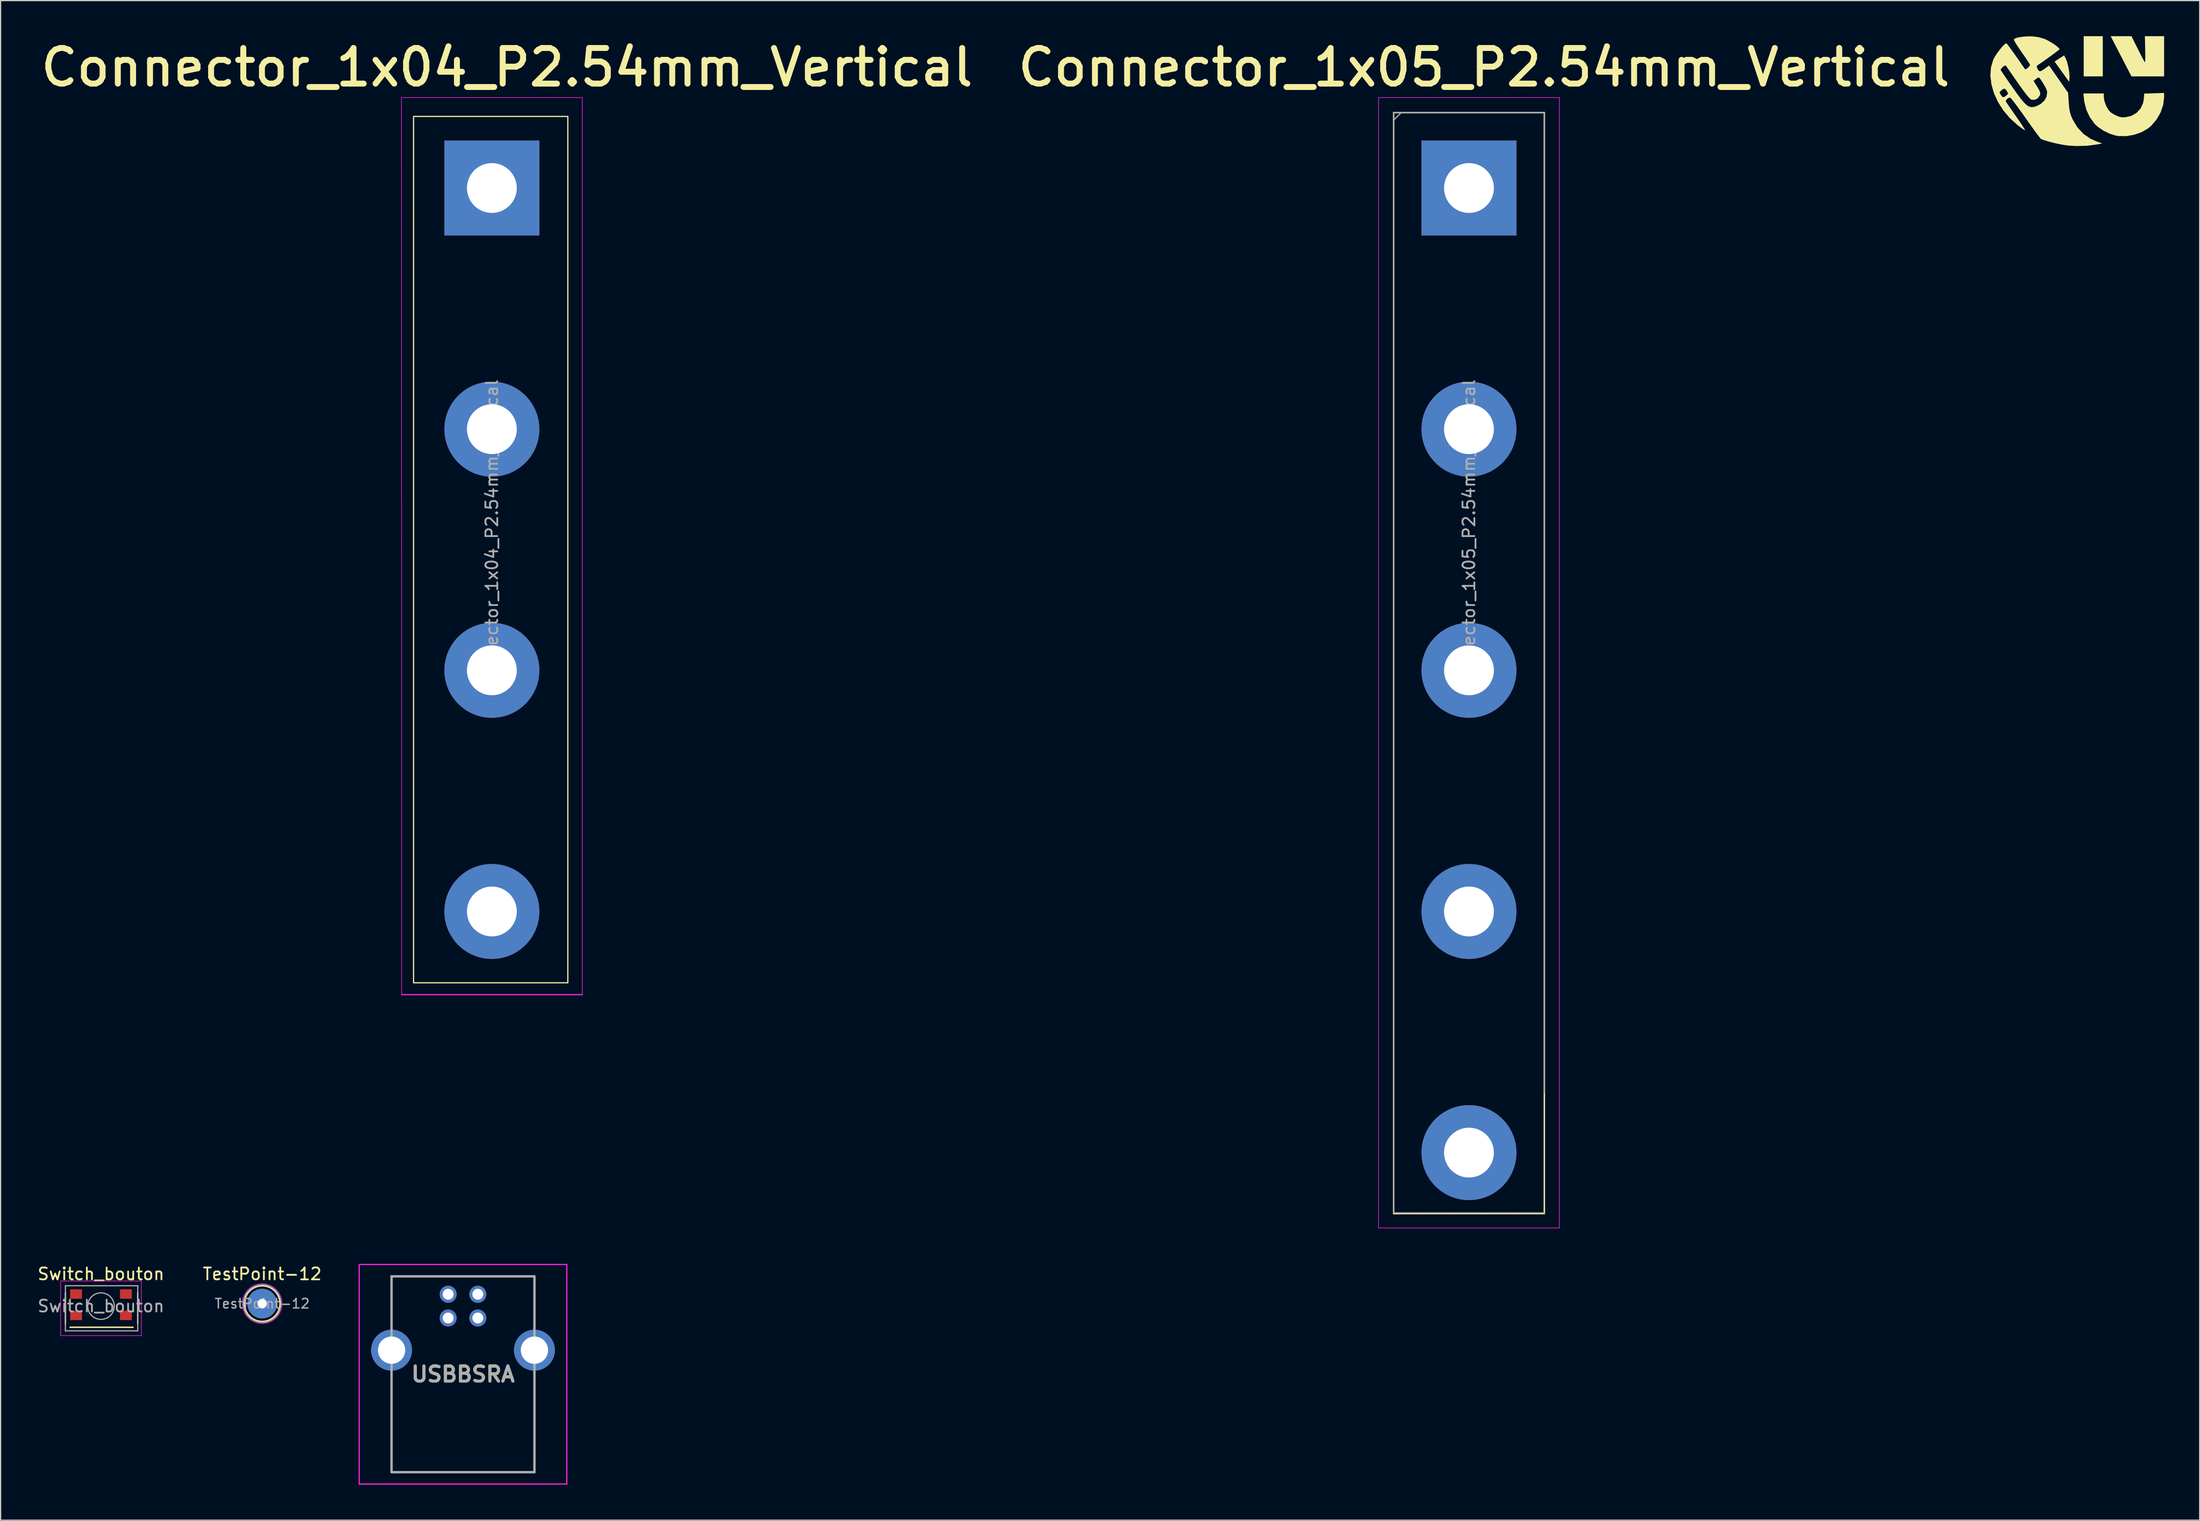
<source format=kicad_pcb>
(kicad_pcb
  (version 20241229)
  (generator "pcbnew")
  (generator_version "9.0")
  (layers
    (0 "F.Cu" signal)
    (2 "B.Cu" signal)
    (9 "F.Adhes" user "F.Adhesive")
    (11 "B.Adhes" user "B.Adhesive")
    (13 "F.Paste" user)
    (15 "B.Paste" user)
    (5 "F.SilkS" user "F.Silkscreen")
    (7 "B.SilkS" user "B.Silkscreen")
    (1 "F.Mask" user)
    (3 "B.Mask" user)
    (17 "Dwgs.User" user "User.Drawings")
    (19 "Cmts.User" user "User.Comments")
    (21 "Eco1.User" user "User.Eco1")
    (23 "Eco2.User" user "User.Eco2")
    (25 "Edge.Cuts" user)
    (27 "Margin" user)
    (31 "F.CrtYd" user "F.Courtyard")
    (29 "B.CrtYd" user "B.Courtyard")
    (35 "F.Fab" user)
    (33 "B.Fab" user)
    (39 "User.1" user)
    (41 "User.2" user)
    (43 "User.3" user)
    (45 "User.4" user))
  (footprint "TestPoint-12"
    (layer "F.Cu")
    (at 19.042 106.796)
    (property "Reference" "TestPoint-12" (at 0 -2.5 0) (unlocked yes) (layer "F.SilkS") (effects (font (size 1 1) (thickness 0.15))))
    (attr through_hole)
    (fp_circle (center 0 0) (end 0 1.5) (stroke (width 0.12) (type solid)) (fill no) (layer "F.SilkS"))
    (fp_circle (center 0 0) (end -0.5 1.6) (stroke (width 0.05) (type solid)) (fill no) (layer "F.CrtYd"))
    (fp_circle (center 0 0) (end 1.5 0.5) (stroke (width 0.1) (type solid)) (fill no) (layer "F.Fab"))
    (fp_text user "${REFERENCE}" (at 0 0 0) (unlocked yes) (layer "F.Fab") (effects (font (size 0.8 0.8) (thickness 0.12))))
    (pad "1" thru_hole circle (at 0 0) (size 2.5 2.5) (drill 0.8) (layers "*.Cu" "*.Mask")))
  (footprint "Switch_bouton"
    (layer "F.Cu")
    (at 5.458 107.006)
    (property "Reference" "Switch_bouton" (at 0 -2.71 0) (unlocked yes) (layer "F.SilkS") (effects (font (size 1 1) (thickness 0.15))))
    (attr through_hole)
    (fp_line (start -3 -1.118) (end -3 1.482) (stroke (width 0.12) (type solid)) (layer "F.SilkS"))
    (fp_line (start -2.6 1.782) (end 2.7 1.782) (stroke (width 0.12) (type solid)) (layer "F.SilkS"))
    (fp_line (start 3.1 -1.118) (end 3.1 1.482) (stroke (width 0.12) (type solid)) (layer "F.SilkS"))
    (fp_line (start -3.4 -2.118) (end -3.4 2.482) (stroke (width 0.05) (type solid)) (layer "F.CrtYd"))
    (fp_line (start -3.4 -2.118) (end 3.4 -2.118) (stroke (width 0.05) (type solid)) (layer "F.CrtYd"))
    (fp_line (start -3.4 2.482) (end 3.4 2.482) (stroke (width 0.05) (type solid)) (layer "F.CrtYd"))
    (fp_line (start 3.4 2.482) (end 3.4 -2.118) (stroke (width 0.05) (type solid)) (layer "F.CrtYd"))
    (fp_line (start -3 -1.718) (end -3 2.082) (stroke (width 0.1) (type solid)) (layer "F.Fab"))
    (fp_line (start -3 2.082) (end 3.1 2.082) (stroke (width 0.1) (type solid)) (layer "F.Fab"))
    (fp_line (start 3.1 -1.718) (end -3 -1.718) (stroke (width 0.1) (type solid)) (layer "F.Fab"))
    (fp_line (start 3.1 2.082) (end 3.1 -1.718) (stroke (width 0.1) (type solid)) (layer "F.Fab"))
    (fp_circle (center 0 0) (end 1.1 0.2) (stroke (width 0.1) (type solid)) (fill no) (layer "F.Fab"))
    (fp_text user "${REFERENCE}" (at 0 0 0) (unlocked yes) (layer "F.Fab") (effects (font (size 1 1) (thickness 0.15))))
    (pad "1" smd rect (at -2.1 -1.018) (size 1 0.8) (layers "F.Cu" "F.Mask" "F.Paste"))
    (pad "1" smd rect (at 2.1 -1.018) (size 1 0.8) (layers "F.Cu" "F.Mask" "F.Paste"))
    (pad "2" smd rect (at -2.1 0.782) (size 1 0.8) (layers "F.Cu" "F.Mask" "F.Paste"))
    (pad "2" smd rect (at 2.1 0.782) (size 1 0.8) (layers "F.Cu" "F.Mask" "F.Paste")))
  (footprint "Connector_1x05_P2.54mm_Vertical"
    (layer "F.Cu")
    (at 146.123 26.762)
    (property "Reference" "Connector_1x05_P2.54mm_Vertical" (at -24.13 -24.13 0) (layer "F.SilkS") (effects (font (size 3 3) (thickness 0.5))))
    (attr through_hole)
    (fp_line (start -31.75 -20.32) (end -31.75 72.45) (stroke (width 0.12) (type solid)) (layer "F.SilkS"))
    (fp_line (start -31.75 -20.32) (end -19.05 -20.32) (stroke (width 0.12) (type solid)) (layer "F.SilkS"))
    (fp_line (start -31.75 72.45) (end -29.61 72.45) (stroke (width 0.12) (type solid)) (layer "F.SilkS"))
    (fp_line (start -29.61 72.45) (end -26.95 72.45) (stroke (width 0.12) (type solid)) (layer "F.SilkS"))
    (fp_line (start -26.95 72.45) (end -24.29 72.45) (stroke (width 0.12) (type solid)) (layer "F.SilkS"))
    (fp_line (start -24.37 72.45) (end -21.71 72.45) (stroke (width 0.12) (type solid)) (layer "F.SilkS"))
    (fp_line (start -21.71 72.45) (end -19.05 72.45) (stroke (width 0.12) (type solid)) (layer "F.SilkS"))
    (fp_line (start -19.05 -20.32) (end -19.05 72.39) (stroke (width 0.12) (type solid)) (layer "F.SilkS"))
    (fp_line (start -33.02 -21.59) (end -33.02 73.66) (stroke (width 0.05) (type solid)) (layer "F.CrtYd"))
    (fp_line (start -33.02 73.66) (end -17.78 73.66) (stroke (width 0.05) (type solid)) (layer "F.CrtYd"))
    (fp_line (start -17.78 -21.59) (end -33.02 -21.59) (stroke (width 0.05) (type solid)) (layer "F.CrtYd"))
    (fp_line (start -17.78 73.66) (end -17.78 -21.59) (stroke (width 0.05) (type solid)) (layer "F.CrtYd"))
    (fp_line (start -31.75 -20.32) (end -19.05 -20.32) (stroke (width 0.1) (type solid)) (layer "F.Fab"))
    (fp_line (start -31.75 -19.685) (end -31.115 -20.32) (stroke (width 0.1) (type solid)) (layer "F.Fab"))
    (fp_line (start -31.75 72.39) (end -31.75 -20.32) (stroke (width 0.1) (type solid)) (layer "F.Fab"))
    (fp_line (start -19.05 -20.32) (end -19.05 62.23) (stroke (width 0.1) (type solid)) (layer "F.Fab"))
    (fp_line (start -19.05 72.39) (end -31.75 72.39) (stroke (width 0.1) (type solid)) (layer "F.Fab"))
    (fp_text user "${REFERENCE}" (at -25.4 15.24 90) (layer "F.Fab") (effects (font (size 1 1) (thickness 0.15))))
    (pad "1" thru_hole rect (at -25.4 -13.97) (size 8 8) (drill 4.2) (layers "*.Cu" "*.Mask"))
    (pad "2" thru_hole oval (at -25.4 6.35) (size 8 8) (drill 4.2) (layers "*.Cu" "*.Mask"))
    (pad "3" thru_hole oval (at -25.4 26.67) (size 8 8) (drill 4.2) (layers "*.Cu" "*.Mask"))
    (pad "4" thru_hole oval (at -25.4 46.99) (size 8 8) (drill 4.2) (layers "*.Cu" "*.Mask"))
    (pad "5" thru_hole oval (at -25.4 67.31) (size 8 8) (drill 4.2) (layers "*.Cu" "*.Mask")))
  (footprint "Connector_1x04_P2.54mm_Vertical"
    (layer "F.Cu")
    (at 63.794 26.762)
    (property "Reference" "Connector_1x04_P2.54mm_Vertical" (at -24.13 -24.13 0) (layer "F.SilkS") (effects (font (size 3 3) (thickness 0.5))))
    (attr through_hole)
    (fp_rect (start -32 -20) (end -19 53) (stroke (width 0.1) (type default)) (fill no) (layer "F.SilkS"))
    (fp_line (start -33.02 -21.59) (end -33 54) (stroke (width 0.05) (type solid)) (layer "F.CrtYd"))
    (fp_line (start -17.78 -21.59) (end -33.02 -21.59) (stroke (width 0.05) (type solid)) (layer "F.CrtYd"))
    (fp_line (start -17.78 54) (end -33 54) (stroke (width 0.1) (type default)) (layer "F.CrtYd"))
    (fp_line (start -17.78 54) (end -17.78 -21.59) (stroke (width 0.05) (type solid)) (layer "F.CrtYd"))
    (fp_text user "${REFERENCE}" (at -25.4 15.24 90) (layer "F.Fab") (effects (font (size 1 1) (thickness 0.15))))
    (pad "1" thru_hole rect (at -25.4 -13.97) (size 8 8) (drill 4.2) (layers "*.Cu" "*.Mask"))
    (pad "2" thru_hole oval (at -25.4 6.35) (size 8 8) (drill 4.2) (layers "*.Cu" "*.Mask"))
    (pad "3" thru_hole oval (at -25.4 26.67) (size 8 8) (drill 4.2) (layers "*.Cu" "*.Mask"))
    (pad "4" thru_hole oval (at -25.4 46.99) (size 8 8) (drill 4.2) (layers "*.Cu" "*.Mask")))
  (footprint "Logo_IUT_F"
    (layer "F.Cu")
    (at 172.605 4.233)
    (property "Reference" "Logo_IUT_F" (at -0.037 1.278 0) (layer "Eco2.User") (effects (font (size 1.524 1.524) (thickness 0.3))))
    (attr board_only exclude_from_pos_files exclude_from_bom)
    (fp_poly (pts (xy 1.524 -0.847) (xy -0.085 -0.847) (xy -0.085 -4.233) (xy 1.524 -4.233)) (stroke (width 0) (type solid)) (fill yes) (layer "F.SilkS"))
    (fp_poly (pts (xy -1.594 -2.347) (xy -1.481 -2.055) (xy -1.383 -1.663) (xy -1.31 -1.242) (xy -1.278 -0.861) (xy -1.283 -0.678) (xy -1.312 -0.383) (xy -1.645 -0.848) (xy -1.874 -1.167) (xy -2.115 -1.503) (xy -2.259 -1.705) (xy -2.54 -2.097) (xy -1.737 -2.619)) (stroke (width 0) (type solid)) (fill yes) (layer "F.SilkS"))
    (fp_poly (pts (xy 4.487 -3.133) (xy 4.683 -2.743) (xy 4.854 -2.414) (xy 4.986 -2.172) (xy 5.064 -2.045) (xy 5.077 -2.032) (xy 5.092 -2.111) (xy 5.101 -2.328) (xy 5.103 -2.652) (xy 5.098 -3.051) (xy 5.096 -3.133) (xy 5.071 -4.233) (xy 6.689 -4.233) (xy 6.689 -0.847) (xy 5.313 -0.847) (xy 3.937 -0.847) (xy 3.063 -2.54) (xy 2.188 -4.233) (xy 3.942 -4.233)) (stroke (width 0) (type solid)) (fill yes) (layer "F.SilkS"))
    (fp_poly (pts (xy 6.689 0.944) (xy 6.611 1.568) (xy 6.391 2.198) (xy 6.051 2.791) (xy 5.612 3.305) (xy 5.357 3.524) (xy 4.814 3.845) (xy 4.179 4.071) (xy 3.508 4.187) (xy 2.857 4.182) (xy 2.625 4.145) (xy 2.112 3.985) (xy 1.589 3.73) (xy 1.121 3.417) (xy 0.85 3.169) (xy 0.438 2.609) (xy 0.134 1.959) (xy -0.037 1.278) (xy -0.051 1.164) (xy -0.108 0.593) (xy 1.609 0.593) (xy 1.609 0.916) (xy 1.651 1.193) (xy 1.763 1.527) (xy 1.841 1.699) (xy 2.012 1.992) (xy 2.201 2.192) (xy 2.474 2.363) (xy 2.54 2.398) (xy 2.867 2.544) (xy 3.138 2.605) (xy 3.398 2.602) (xy 3.927 2.479) (xy 4.37 2.226) (xy 4.706 1.86) (xy 4.917 1.4) (xy 4.977 1.067) (xy 5.015 0.603) (xy 5.852 0.577) (xy 6.689 0.55)) (stroke (width 0) (type solid)) (fill yes) (layer "F.SilkS"))
    (fp_poly (pts (xy -4.451 -4.218) (xy -4.414 -4.217) (xy -3.866 -4.149) (xy -3.394 -4.006) (xy -3.272 -3.953) (xy -2.975 -3.8) (xy -2.674 -3.618) (xy -2.406 -3.432) (xy -2.209 -3.269) (xy -2.119 -3.154) (xy -2.117 -3.141) (xy -2.181 -3.077) (xy -2.356 -2.939) (xy -2.611 -2.746) (xy -2.918 -2.521) (xy -3.248 -2.284) (xy -3.57 -2.057) (xy -3.857 -1.862) (xy -4.008 -1.762) (xy -4.038 -1.658) (xy -3.989 -1.497) (xy -3.891 -1.345) (xy -3.779 -1.271) (xy -3.77 -1.27) (xy -3.65 -1.317) (xy -3.453 -1.436) (xy -3.339 -1.516) (xy -3.004 -1.763) (xy -2.2 -0.612) (xy -1.397 0.538) (xy -1.345 1.363) (xy -1.307 1.808) (xy -1.249 2.15) (xy -1.156 2.454) (xy -1.023 2.766) (xy -0.62 3.446) (xy -0.109 3.998) (xy 0.508 4.419) (xy 0.965 4.62) (xy 1.478 4.806) (xy 1.014 4.894) (xy 0.205 4.998) (xy -0.684 5.022) (xy -1.355 4.986) (xy -1.706 4.94) (xy -2.129 4.862) (xy -2.579 4.762) (xy -3.011 4.652) (xy -3.38 4.543) (xy -3.639 4.445) (xy -3.69 4.42) (xy -3.765 4.337) (xy -3.923 4.133) (xy -4.148 3.83) (xy -4.426 3.447) (xy -4.743 3.003) (xy -4.994 2.646) (xy -5.328 2.173) (xy -5.635 1.751) (xy -5.899 1.397) (xy -6.107 1.132) (xy -6.244 0.972) (xy -6.292 0.934) (xy -6.462 0.99) (xy -6.599 1.111) (xy -6.652 1.245) (xy -6.64 1.286) (xy -6.57 1.39) (xy -6.422 1.607) (xy -6.211 1.91) (xy -5.958 2.274) (xy -5.78 2.528) (xy -5.516 2.909) (xy -5.294 3.239) (xy -5.128 3.496) (xy -5.035 3.655) (xy -5.021 3.695) (xy -5.099 3.662) (xy -5.276 3.545) (xy -5.522 3.364) (xy -5.652 3.264) (xy -6.307 2.673) (xy -6.864 2.012) (xy -7.314 1.302) (xy -7.649 0.563) (xy -7.654 0.545) (xy -7.164 0.545) (xy -7.07 0.707) (xy -6.945 0.875) (xy -6.839 0.913) (xy -6.689 0.829) (xy -6.615 0.773) (xy -6.482 0.656) (xy -6.468 0.556) (xy -6.561 0.394) (xy -6.686 0.225) (xy -6.792 0.187) (xy -6.942 0.271) (xy -7.017 0.328) (xy -7.149 0.444) (xy -7.164 0.545) (xy -7.654 0.545) (xy -7.863 -0.183) (xy -7.948 -0.918) (xy -7.913 -1.393) (xy -7.08 -1.393) (xy -7.021 -1.294) (xy -6.879 -1.079) (xy -6.671 -0.772) (xy -6.411 -0.394) (xy -6.115 0.03) (xy -6.061 0.107) (xy -5.672 0.653) (xy -5.357 1.07) (xy -5.1 1.372) (xy -4.884 1.576) (xy -4.693 1.694) (xy -4.512 1.743) (xy -4.324 1.735) (xy -4.276 1.727) (xy -4.042 1.649) (xy -3.772 1.514) (xy -3.698 1.468) (xy -3.395 1.191) (xy -3.21 0.848) (xy -3.164 0.483) (xy -3.177 0.393) (xy -3.241 0.216) (xy -3.362 -0.026) (xy -3.514 -0.287) (xy -3.669 -0.526) (xy -3.802 -0.698) (xy -3.884 -0.76) (xy -3.983 -0.712) (xy -4.123 -0.612) (xy -4.309 -0.466) (xy -4.002 0.025) (xy -3.837 0.305) (xy -3.758 0.496) (xy -3.75 0.645) (xy -3.776 0.744) (xy -3.936 0.981) (xy -4.182 1.118) (xy -4.455 1.125) (xy -4.509 1.109) (xy -4.638 1.005) (xy -4.847 0.768) (xy -5.127 0.408) (xy -5.471 -0.065) (xy -5.673 -0.353) (xy -5.966 -0.777) (xy -6.226 -1.151) (xy -6.436 -1.454) (xy -6.582 -1.664) (xy -6.65 -1.76) (xy -6.652 -1.764) (xy -6.736 -1.756) (xy -6.871 -1.665) (xy -7.004 -1.539) (xy -7.079 -1.425) (xy -7.08 -1.393) (xy -7.913 -1.393) (xy -7.896 -1.619) (xy -7.7 -2.268) (xy -7.683 -2.306) (xy -7.551 -2.547) (xy -7.362 -2.827) (xy -7.147 -3.111) (xy -6.933 -3.365) (xy -6.748 -3.552) (xy -6.622 -3.639) (xy -6.608 -3.641) (xy -6.539 -3.571) (xy -6.381 -3.368) (xy -6.139 -3.037) (xy -5.817 -2.586) (xy -5.422 -2.021) (xy -5.029 -1.454) (xy -4.948 -1.458) (xy -4.816 -1.548) (xy -4.685 -1.676) (xy -4.609 -1.794) (xy -4.607 -1.833) (xy -4.67 -1.941) (xy -4.812 -2.158) (xy -5.014 -2.456) (xy -5.257 -2.806) (xy -5.337 -2.92) (xy -5.58 -3.275) (xy -5.779 -3.584) (xy -5.916 -3.818) (xy -5.975 -3.952) (xy -5.975 -3.97) (xy -5.842 -4.056) (xy -5.581 -4.131) (xy -5.234 -4.187) (xy -4.844 -4.219)) (stroke (width 0) (type solid)) (fill yes) (layer "F.SilkS")))
  (footprint "USBBSRA"
    (layer "F.Cu")
    (at 35.962 112.748)
    (property "Reference" "USBBSRA" (at 0 0 0) (layer "F.SilkS") (effects (font (size 1.27 1.27) (thickness 0.254))))
    (attr through_hole)
    (fp_line (start -6.02 -8.25) (end 6.02 -8.25) (stroke (width 0.1) (type solid)) (layer "F.SilkS"))
    (fp_line (start -6.02 -4.03) (end -6.02 -8.25) (stroke (width 0.1) (type solid)) (layer "F.SilkS"))
    (fp_line (start -6.02 -0.03) (end -6.02 8.25) (stroke (width 0.1) (type solid)) (layer "F.SilkS"))
    (fp_line (start -6.02 8.25) (end 6.02 8.25) (stroke (width 0.1) (type solid)) (layer "F.SilkS"))
    (fp_line (start 6.02 -8.25) (end 6.02 -4.03) (stroke (width 0.1) (type solid)) (layer "F.SilkS"))
    (fp_line (start 6.02 8.25) (end 6.02 -0.03) (stroke (width 0.1) (type solid)) (layer "F.SilkS"))
    (fp_line (start -8.745 -9.25) (end 8.745 -9.25) (stroke (width 0.1) (type solid)) (layer "F.CrtYd"))
    (fp_line (start -8.745 9.25) (end -8.745 -9.25) (stroke (width 0.1) (type solid)) (layer "F.CrtYd"))
    (fp_line (start 8.745 -9.25) (end 8.745 9.25) (stroke (width 0.1) (type solid)) (layer "F.CrtYd"))
    (fp_line (start 8.745 9.25) (end -8.745 9.25) (stroke (width 0.1) (type solid)) (layer "F.CrtYd"))
    (fp_line (start -6.02 -8.25) (end 6.02 -8.25) (stroke (width 0.2) (type solid)) (layer "F.Fab"))
    (fp_line (start -6.02 8.25) (end -6.02 -8.25) (stroke (width 0.2) (type solid)) (layer "F.Fab"))
    (fp_line (start 6.02 -8.25) (end 6.02 8.25) (stroke (width 0.2) (type solid)) (layer "F.Fab"))
    (fp_line (start 6.02 8.25) (end -6.02 8.25) (stroke (width 0.2) (type solid)) (layer "F.Fab"))
    (fp_text user "${REFERENCE}" (at 0 0 0) (layer "F.Fab") (effects (font (size 1.27 1.27) (thickness 0.254))))
    (pad "1" thru_hole circle (at -1.25 -6.74) (size 1.431 1.431) (drill 0.92) (layers "*.Cu" "*.Mask"))
    (pad "2" thru_hole circle (at 1.25 -6.74) (size 1.431 1.431) (drill 0.92) (layers "*.Cu" "*.Mask"))
    (pad "3" thru_hole circle (at -1.25 -4.74) (size 1.431 1.431) (drill 0.92) (layers "*.Cu" "*.Mask"))
    (pad "4" thru_hole circle (at 1.25 -4.74) (size 1.431 1.431) (drill 0.92) (layers "*.Cu" "*.Mask"))
    (pad "5" thru_hole circle (at -6.02 -2.03) (size 3.45 3.45) (drill 2.3) (layers "*.Cu" "*.Mask"))
    (pad "6" thru_hole circle (at 6.02 -2.03) (size 3.45 3.45) (drill 2.3) (layers "*.Cu" "*.Mask")))
  (gr_rect
    (start -3 -3)
    (end 182.294 125.047)
    (stroke (width 0.1) (type default))
    (fill no)
    (layer "Edge.Cuts")))
</source>
